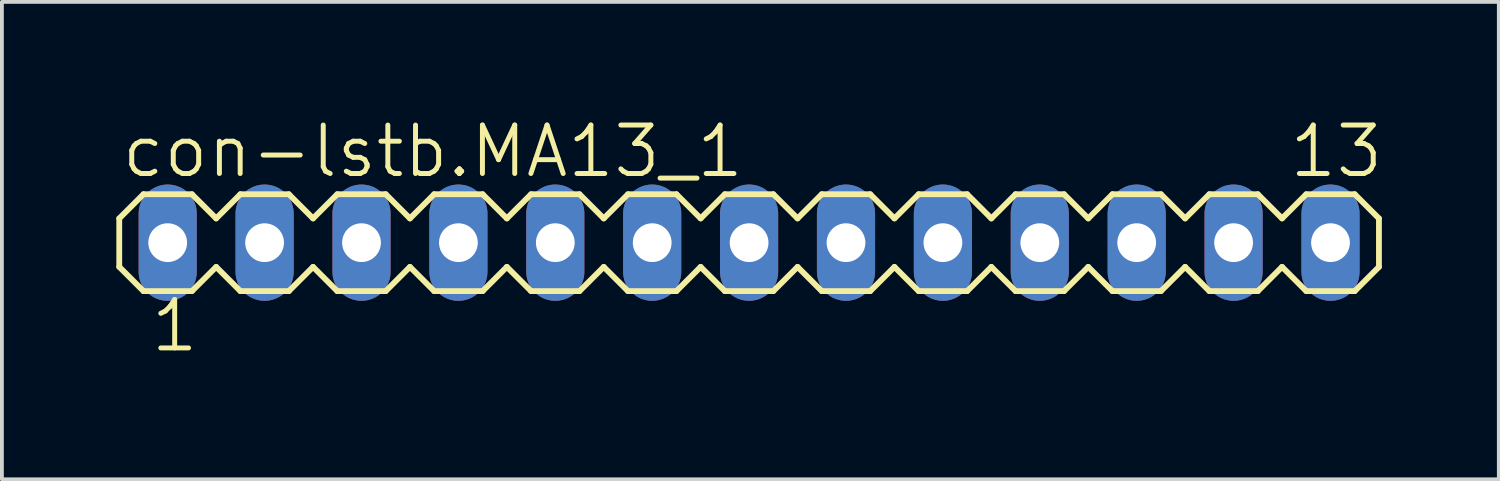
<source format=kicad_pcb>
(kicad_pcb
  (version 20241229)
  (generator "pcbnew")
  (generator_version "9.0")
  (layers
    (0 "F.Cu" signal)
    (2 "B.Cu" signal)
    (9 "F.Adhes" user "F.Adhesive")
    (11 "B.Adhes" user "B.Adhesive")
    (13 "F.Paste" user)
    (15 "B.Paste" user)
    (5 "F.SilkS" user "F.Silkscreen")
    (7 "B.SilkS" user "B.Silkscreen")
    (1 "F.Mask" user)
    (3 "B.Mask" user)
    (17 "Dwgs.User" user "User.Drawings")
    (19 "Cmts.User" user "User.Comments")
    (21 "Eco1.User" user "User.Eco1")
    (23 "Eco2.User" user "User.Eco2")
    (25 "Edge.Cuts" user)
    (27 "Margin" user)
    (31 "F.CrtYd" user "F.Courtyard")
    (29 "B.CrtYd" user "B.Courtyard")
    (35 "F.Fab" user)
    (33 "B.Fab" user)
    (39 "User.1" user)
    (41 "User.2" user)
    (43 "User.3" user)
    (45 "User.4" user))
  (footprint "con-lstb.MA13_1"
    (layer "F.Cu")
    (at 16.586 3.311)
    (property "Reference" "con-lstb.MA13_1" (at -16.51 -1.651 0) (layer "F.SilkS") (effects (font (size 1.27 1.27) (thickness 0.13)) (justify left bottom)))
    (attr through_hole)
    (fp_line (start -16.51 -0.635) (end -16.51 0.635) (stroke (width 0.152) (type default)) (layer "F.SilkS"))
    (fp_line (start -16.51 0.635) (end -15.875 1.27) (stroke (width 0.152) (type default)) (layer "F.SilkS"))
    (fp_line (start -15.875 -1.27) (end -16.51 -0.635) (stroke (width 0.152) (type default)) (layer "F.SilkS"))
    (fp_line (start -15.875 -1.27) (end -14.605 -1.27) (stroke (width 0.152) (type default)) (layer "F.SilkS"))
    (fp_line (start -14.605 -1.27) (end -13.97 -0.635) (stroke (width 0.152) (type default)) (layer "F.SilkS"))
    (fp_line (start -14.605 1.27) (end -15.875 1.27) (stroke (width 0.152) (type default)) (layer "F.SilkS"))
    (fp_line (start -13.97 -0.635) (end -13.335 -1.27) (stroke (width 0.152) (type default)) (layer "F.SilkS"))
    (fp_line (start -13.97 0.635) (end -14.605 1.27) (stroke (width 0.152) (type default)) (layer "F.SilkS"))
    (fp_line (start -13.335 -1.27) (end -12.065 -1.27) (stroke (width 0.152) (type default)) (layer "F.SilkS"))
    (fp_line (start -13.335 1.27) (end -13.97 0.635) (stroke (width 0.152) (type default)) (layer "F.SilkS"))
    (fp_line (start -12.065 -1.27) (end -11.43 -0.635) (stroke (width 0.152) (type default)) (layer "F.SilkS"))
    (fp_line (start -12.065 1.27) (end -13.335 1.27) (stroke (width 0.152) (type default)) (layer "F.SilkS"))
    (fp_line (start -11.43 -0.635) (end -10.795 -1.27) (stroke (width 0.152) (type default)) (layer "F.SilkS"))
    (fp_line (start -11.43 0.635) (end -12.065 1.27) (stroke (width 0.152) (type default)) (layer "F.SilkS"))
    (fp_line (start -10.795 -1.27) (end -9.525 -1.27) (stroke (width 0.152) (type default)) (layer "F.SilkS"))
    (fp_line (start -10.795 1.27) (end -11.43 0.635) (stroke (width 0.152) (type default)) (layer "F.SilkS"))
    (fp_line (start -9.525 -1.27) (end -8.89 -0.635) (stroke (width 0.152) (type default)) (layer "F.SilkS"))
    (fp_line (start -9.525 1.27) (end -10.795 1.27) (stroke (width 0.152) (type default)) (layer "F.SilkS"))
    (fp_line (start -8.89 0.635) (end -9.525 1.27) (stroke (width 0.152) (type default)) (layer "F.SilkS"))
    (fp_line (start -8.89 0.635) (end -8.255 1.27) (stroke (width 0.152) (type default)) (layer "F.SilkS"))
    (fp_line (start -8.255 -1.27) (end -8.89 -0.635) (stroke (width 0.152) (type default)) (layer "F.SilkS"))
    (fp_line (start -8.255 -1.27) (end -6.985 -1.27) (stroke (width 0.152) (type default)) (layer "F.SilkS"))
    (fp_line (start -6.985 -1.27) (end -6.35 -0.635) (stroke (width 0.152) (type default)) (layer "F.SilkS"))
    (fp_line (start -6.985 1.27) (end -8.255 1.27) (stroke (width 0.152) (type default)) (layer "F.SilkS"))
    (fp_line (start -6.35 -0.635) (end -5.715 -1.27) (stroke (width 0.152) (type default)) (layer "F.SilkS"))
    (fp_line (start -6.35 0.635) (end -6.985 1.27) (stroke (width 0.152) (type default)) (layer "F.SilkS"))
    (fp_line (start -5.715 -1.27) (end -4.445 -1.27) (stroke (width 0.152) (type default)) (layer "F.SilkS"))
    (fp_line (start -5.715 1.27) (end -6.35 0.635) (stroke (width 0.152) (type default)) (layer "F.SilkS"))
    (fp_line (start -4.445 -1.27) (end -3.81 -0.635) (stroke (width 0.152) (type default)) (layer "F.SilkS"))
    (fp_line (start -4.445 1.27) (end -5.715 1.27) (stroke (width 0.152) (type default)) (layer "F.SilkS"))
    (fp_line (start -3.81 -0.635) (end -3.175 -1.27) (stroke (width 0.152) (type default)) (layer "F.SilkS"))
    (fp_line (start -3.81 0.635) (end -4.445 1.27) (stroke (width 0.152) (type default)) (layer "F.SilkS"))
    (fp_line (start -3.175 -1.27) (end -1.905 -1.27) (stroke (width 0.152) (type default)) (layer "F.SilkS"))
    (fp_line (start -3.175 1.27) (end -3.81 0.635) (stroke (width 0.152) (type default)) (layer "F.SilkS"))
    (fp_line (start -1.905 -1.27) (end -1.27 -0.635) (stroke (width 0.152) (type default)) (layer "F.SilkS"))
    (fp_line (start -1.905 1.27) (end -3.175 1.27) (stroke (width 0.152) (type default)) (layer "F.SilkS"))
    (fp_line (start -1.27 0.635) (end -1.905 1.27) (stroke (width 0.152) (type default)) (layer "F.SilkS"))
    (fp_line (start -1.27 0.635) (end -0.635 1.27) (stroke (width 0.152) (type default)) (layer "F.SilkS"))
    (fp_line (start -0.635 -1.27) (end -1.27 -0.635) (stroke (width 0.152) (type default)) (layer "F.SilkS"))
    (fp_line (start -0.635 -1.27) (end 0.635 -1.27) (stroke (width 0.152) (type default)) (layer "F.SilkS"))
    (fp_line (start 0.635 -1.27) (end 1.27 -0.635) (stroke (width 0.152) (type default)) (layer "F.SilkS"))
    (fp_line (start 0.635 1.27) (end -0.635 1.27) (stroke (width 0.152) (type default)) (layer "F.SilkS"))
    (fp_line (start 1.27 -0.635) (end 1.905 -1.27) (stroke (width 0.152) (type default)) (layer "F.SilkS"))
    (fp_line (start 1.27 0.635) (end 0.635 1.27) (stroke (width 0.152) (type default)) (layer "F.SilkS"))
    (fp_line (start 1.905 -1.27) (end 3.175 -1.27) (stroke (width 0.152) (type default)) (layer "F.SilkS"))
    (fp_line (start 1.905 1.27) (end 1.27 0.635) (stroke (width 0.152) (type default)) (layer "F.SilkS"))
    (fp_line (start 3.175 -1.27) (end 3.81 -0.635) (stroke (width 0.152) (type default)) (layer "F.SilkS"))
    (fp_line (start 3.175 1.27) (end 1.905 1.27) (stroke (width 0.152) (type default)) (layer "F.SilkS"))
    (fp_line (start 3.81 -0.635) (end 4.445 -1.27) (stroke (width 0.152) (type default)) (layer "F.SilkS"))
    (fp_line (start 3.81 0.635) (end 3.175 1.27) (stroke (width 0.152) (type default)) (layer "F.SilkS"))
    (fp_line (start 4.445 -1.27) (end 5.715 -1.27) (stroke (width 0.152) (type default)) (layer "F.SilkS"))
    (fp_line (start 4.445 1.27) (end 3.81 0.635) (stroke (width 0.152) (type default)) (layer "F.SilkS"))
    (fp_line (start 5.715 -1.27) (end 6.35 -0.635) (stroke (width 0.152) (type default)) (layer "F.SilkS"))
    (fp_line (start 5.715 1.27) (end 4.445 1.27) (stroke (width 0.152) (type default)) (layer "F.SilkS"))
    (fp_line (start 6.35 0.635) (end 5.715 1.27) (stroke (width 0.152) (type default)) (layer "F.SilkS"))
    (fp_line (start 6.35 0.635) (end 6.985 1.27) (stroke (width 0.152) (type default)) (layer "F.SilkS"))
    (fp_line (start 6.985 -1.27) (end 6.35 -0.635) (stroke (width 0.152) (type default)) (layer "F.SilkS"))
    (fp_line (start 6.985 -1.27) (end 8.255 -1.27) (stroke (width 0.152) (type default)) (layer "F.SilkS"))
    (fp_line (start 8.255 -1.27) (end 8.89 -0.635) (stroke (width 0.152) (type default)) (layer "F.SilkS"))
    (fp_line (start 8.255 1.27) (end 6.985 1.27) (stroke (width 0.152) (type default)) (layer "F.SilkS"))
    (fp_line (start 8.89 -0.635) (end 9.525 -1.27) (stroke (width 0.152) (type default)) (layer "F.SilkS"))
    (fp_line (start 8.89 0.635) (end 8.255 1.27) (stroke (width 0.152) (type default)) (layer "F.SilkS"))
    (fp_line (start 9.525 -1.27) (end 10.795 -1.27) (stroke (width 0.152) (type default)) (layer "F.SilkS"))
    (fp_line (start 9.525 1.27) (end 8.89 0.635) (stroke (width 0.152) (type default)) (layer "F.SilkS"))
    (fp_line (start 10.795 -1.27) (end 11.43 -0.635) (stroke (width 0.152) (type default)) (layer "F.SilkS"))
    (fp_line (start 10.795 1.27) (end 9.525 1.27) (stroke (width 0.152) (type default)) (layer "F.SilkS"))
    (fp_line (start 11.43 -0.635) (end 12.065 -1.27) (stroke (width 0.152) (type default)) (layer "F.SilkS"))
    (fp_line (start 11.43 0.635) (end 10.795 1.27) (stroke (width 0.152) (type default)) (layer "F.SilkS"))
    (fp_line (start 12.065 -1.27) (end 13.335 -1.27) (stroke (width 0.152) (type default)) (layer "F.SilkS"))
    (fp_line (start 12.065 1.27) (end 11.43 0.635) (stroke (width 0.152) (type default)) (layer "F.SilkS"))
    (fp_line (start 13.335 -1.27) (end 13.97 -0.635) (stroke (width 0.152) (type default)) (layer "F.SilkS"))
    (fp_line (start 13.335 1.27) (end 12.065 1.27) (stroke (width 0.152) (type default)) (layer "F.SilkS"))
    (fp_line (start 13.97 -0.635) (end 14.605 -1.27) (stroke (width 0.152) (type default)) (layer "F.SilkS"))
    (fp_line (start 13.97 0.635) (end 13.335 1.27) (stroke (width 0.152) (type default)) (layer "F.SilkS"))
    (fp_line (start 14.605 -1.27) (end 15.875 -1.27) (stroke (width 0.152) (type default)) (layer "F.SilkS"))
    (fp_line (start 14.605 1.27) (end 13.97 0.635) (stroke (width 0.152) (type default)) (layer "F.SilkS"))
    (fp_line (start 15.875 -1.27) (end 16.51 -0.635) (stroke (width 0.152) (type default)) (layer "F.SilkS"))
    (fp_line (start 15.875 1.27) (end 14.605 1.27) (stroke (width 0.152) (type default)) (layer "F.SilkS"))
    (fp_line (start 16.51 -0.635) (end 16.51 0.635) (stroke (width 0.152) (type default)) (layer "F.SilkS"))
    (fp_line (start 16.51 0.635) (end 15.875 1.27) (stroke (width 0.152) (type default)) (layer "F.SilkS"))
    (fp_rect (start -15.494 0.254) (end -14.986 -0.254) (stroke (width 0.05) (type default)) (fill no) (layer "F.Fab"))
    (fp_rect (start -12.954 0.254) (end -12.446 -0.254) (stroke (width 0.05) (type default)) (fill no) (layer "F.Fab"))
    (fp_rect (start -10.414 0.254) (end -9.906 -0.254) (stroke (width 0.05) (type default)) (fill no) (layer "F.Fab"))
    (fp_rect (start -7.874 0.254) (end -7.366 -0.254) (stroke (width 0.05) (type default)) (fill no) (layer "F.Fab"))
    (fp_rect (start -5.334 0.254) (end -4.826 -0.254) (stroke (width 0.05) (type default)) (fill no) (layer "F.Fab"))
    (fp_rect (start -2.794 0.254) (end -2.286 -0.254) (stroke (width 0.05) (type default)) (fill no) (layer "F.Fab"))
    (fp_rect (start -0.254 0.254) (end 0.254 -0.254) (stroke (width 0.05) (type default)) (fill no) (layer "F.Fab"))
    (fp_rect (start 2.286 0.254) (end 2.794 -0.254) (stroke (width 0.05) (type default)) (fill no) (layer "F.Fab"))
    (fp_rect (start 4.826 0.254) (end 5.334 -0.254) (stroke (width 0.05) (type default)) (fill no) (layer "F.Fab"))
    (fp_rect (start 7.366 0.254) (end 7.874 -0.254) (stroke (width 0.05) (type default)) (fill no) (layer "F.Fab"))
    (fp_rect (start 9.906 0.254) (end 10.414 -0.254) (stroke (width 0.05) (type default)) (fill no) (layer "F.Fab"))
    (fp_rect (start 12.446 0.254) (end 12.954 -0.254) (stroke (width 0.05) (type default)) (fill no) (layer "F.Fab"))
    (fp_rect (start 14.986 0.254) (end 15.494 -0.254) (stroke (width 0.05) (type default)) (fill no) (layer "F.Fab"))
    (fp_text user "13" (at 14.097 -1.651 0) (layer "F.SilkS") (effects (font (size 1.27 1.27) (thickness 0.13)) (justify left bottom)))
    (fp_text user "1" (at -15.748 2.921 0) (layer "F.SilkS") (effects (font (size 1.27 1.27) (thickness 0.13)) (justify left bottom)))
    (pad "1" thru_hole oval (at -15.24 0 90) (size 3.048 1.524) (drill 1.016) (layers "*.Cu" "*.Mask"))
    (pad "2" thru_hole oval (at -12.7 0 90) (size 3.048 1.524) (drill 1.016) (layers "*.Cu" "*.Mask"))
    (pad "3" thru_hole oval (at -10.16 0 90) (size 3.048 1.524) (drill 1.016) (layers "*.Cu" "*.Mask"))
    (pad "4" thru_hole oval (at -7.62 0 90) (size 3.048 1.524) (drill 1.016) (layers "*.Cu" "*.Mask"))
    (pad "5" thru_hole oval (at -5.08 0 90) (size 3.048 1.524) (drill 1.016) (layers "*.Cu" "*.Mask"))
    (pad "6" thru_hole oval (at -2.54 0 90) (size 3.048 1.524) (drill 1.016) (layers "*.Cu" "*.Mask"))
    (pad "7" thru_hole oval (at 0 0 90) (size 3.048 1.524) (drill 1.016) (layers "*.Cu" "*.Mask"))
    (pad "8" thru_hole oval (at 2.54 0 90) (size 3.048 1.524) (drill 1.016) (layers "*.Cu" "*.Mask"))
    (pad "9" thru_hole oval (at 5.08 0 90) (size 3.048 1.524) (drill 1.016) (layers "*.Cu" "*.Mask"))
    (pad "10" thru_hole oval (at 7.62 0 90) (size 3.048 1.524) (drill 1.016) (layers "*.Cu" "*.Mask"))
    (pad "11" thru_hole oval (at 10.16 0 90) (size 3.048 1.524) (drill 1.016) (layers "*.Cu" "*.Mask"))
    (pad "12" thru_hole oval (at 12.7 0 90) (size 3.048 1.524) (drill 1.016) (layers "*.Cu" "*.Mask"))
    (pad "13" thru_hole oval (at 15.24 0 90) (size 3.048 1.524) (drill 1.016) (layers "*.Cu" "*.Mask")))
  (gr_rect
    (start -3 -3)
    (end 36.238 9.514)
    (stroke (width 0.1) (type default))
    (fill no)
    (layer "Edge.Cuts")))
</source>
